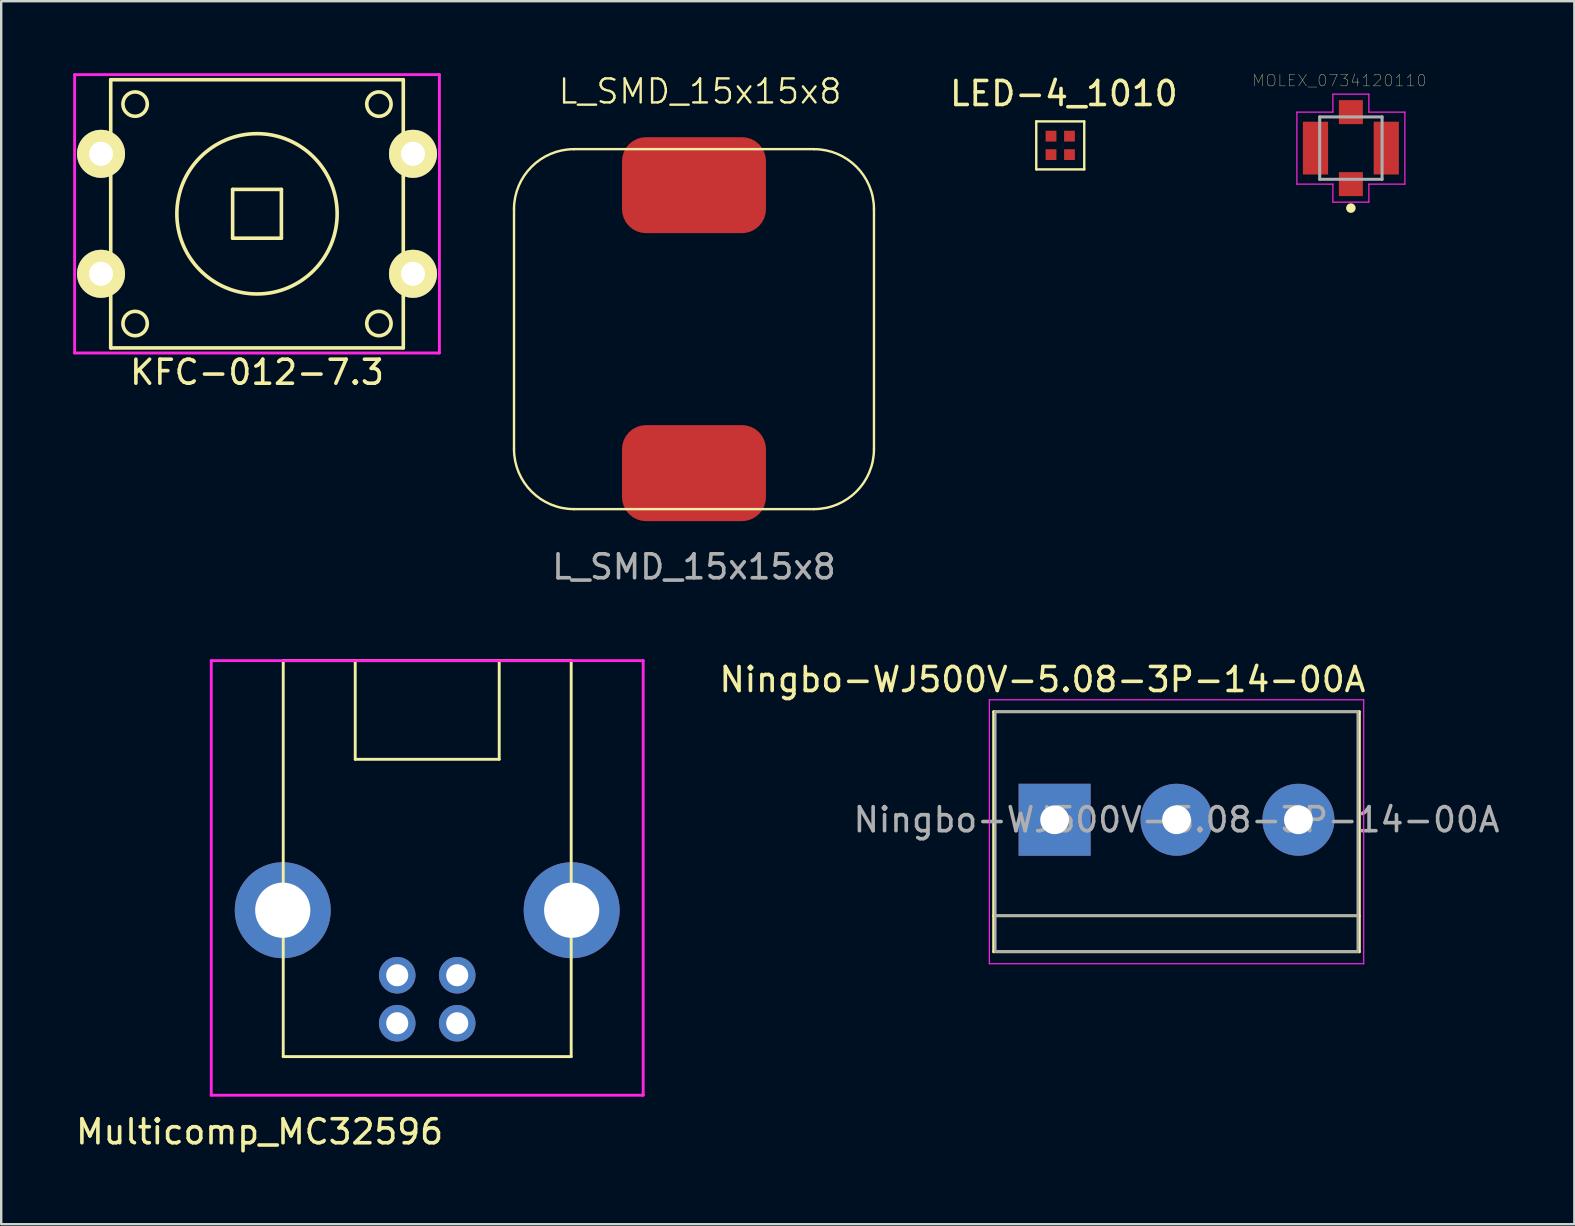
<source format=kicad_pcb>
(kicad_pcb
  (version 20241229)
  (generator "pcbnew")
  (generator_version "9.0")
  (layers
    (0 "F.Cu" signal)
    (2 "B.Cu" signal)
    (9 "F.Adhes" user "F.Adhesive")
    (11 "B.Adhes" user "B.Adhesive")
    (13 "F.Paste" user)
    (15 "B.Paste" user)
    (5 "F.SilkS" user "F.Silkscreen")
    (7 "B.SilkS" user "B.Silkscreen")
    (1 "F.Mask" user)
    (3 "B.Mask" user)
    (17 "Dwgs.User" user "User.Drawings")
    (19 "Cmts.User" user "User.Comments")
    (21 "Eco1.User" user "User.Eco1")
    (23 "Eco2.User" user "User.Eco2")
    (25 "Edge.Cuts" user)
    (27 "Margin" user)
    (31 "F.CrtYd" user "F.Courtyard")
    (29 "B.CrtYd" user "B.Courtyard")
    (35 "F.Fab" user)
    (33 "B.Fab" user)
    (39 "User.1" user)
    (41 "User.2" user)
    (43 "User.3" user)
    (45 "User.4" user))
  (footprint "MOLEX_0734120110"
    (layer "F.Cu")
    (at 53.244 3.122)
    (property "Reference" "MOLEX_0734120110" (at -0.478 -2.814 0) (layer "F.SilkS") (effects (font (size 0.482 0.482) (thickness 0.015))))
    (attr through_hole)
    (fp_poly (pts (xy -2.104 -1.2) (xy -0.85 -1.2) (xy -0.85 1.202) (xy -2.104 1.202)) (stroke (width 0.01) (type solid)) (fill yes) (layer "B.Mask"))
    (fp_poly (pts (xy -0.601 -2.1) (xy 0.6 -2.1) (xy 0.6 -0.901) (xy -0.601 -0.901)) (stroke (width 0.01) (type solid)) (fill yes) (layer "B.Mask"))
    (fp_poly (pts (xy 0.851 -1.2) (xy 2.1 -1.2) (xy 2.1 1.201) (xy 0.851 1.201)) (stroke (width 0.01) (type solid)) (fill yes) (layer "B.Mask"))
    (fp_circle (center 0 2.5) (end 0.1 2.5) (stroke (width 0.2) (type solid)) (fill no) (layer "F.SilkS"))
    (fp_line (start -2.25 -1.5) (end -2.25 1.5) (stroke (width 0.05) (type solid)) (layer "F.CrtYd"))
    (fp_line (start -2.25 1.5) (end -0.75 1.5) (stroke (width 0.05) (type solid)) (layer "F.CrtYd"))
    (fp_line (start -0.75 -2.25) (end -0.75 -1.5) (stroke (width 0.05) (type solid)) (layer "F.CrtYd"))
    (fp_line (start -0.75 -1.5) (end -2.25 -1.5) (stroke (width 0.05) (type solid)) (layer "F.CrtYd"))
    (fp_line (start -0.75 1.5) (end -0.75 2.25) (stroke (width 0.05) (type solid)) (layer "F.CrtYd"))
    (fp_line (start -0.75 2.25) (end 0.75 2.25) (stroke (width 0.05) (type solid)) (layer "F.CrtYd"))
    (fp_line (start 0.75 -2.25) (end -0.75 -2.25) (stroke (width 0.05) (type solid)) (layer "F.CrtYd"))
    (fp_line (start 0.75 -1.5) (end 0.75 -2.25) (stroke (width 0.05) (type solid)) (layer "F.CrtYd"))
    (fp_line (start 0.75 1.5) (end 2.25 1.5) (stroke (width 0.05) (type solid)) (layer "F.CrtYd"))
    (fp_line (start 0.75 2.25) (end 0.75 1.5) (stroke (width 0.05) (type solid)) (layer "F.CrtYd"))
    (fp_line (start 2.25 -1.5) (end 0.75 -1.5) (stroke (width 0.05) (type solid)) (layer "F.CrtYd"))
    (fp_line (start 2.25 1.5) (end 2.25 -1.5) (stroke (width 0.05) (type solid)) (layer "F.CrtYd"))
    (fp_line (start -1.3 -1.3) (end -1.3 1.3) (stroke (width 0.127) (type solid)) (layer "F.Fab"))
    (fp_line (start -1.3 1.3) (end 1.3 1.3) (stroke (width 0.127) (type solid)) (layer "F.Fab"))
    (fp_line (start 1.3 -1.3) (end -1.3 -1.3) (stroke (width 0.127) (type solid)) (layer "F.Fab"))
    (fp_line (start 1.3 1.3) (end 1.3 -1.3) (stroke (width 0.127) (type solid)) (layer "F.Fab"))
    (pad "1" smd rect (at 0 1.5) (size 1 1) (layers "F.Cu" "F.Mask" "F.Paste"))
    (pad "2" smd rect (at -1.475 0) (size 1.05 2.2) (layers "F.Cu" "F.Mask" "F.Paste"))
    (pad "3" smd rect (at 0 -1.5) (size 1 1) (layers "F.Cu" "F.Mask" "F.Paste"))
    (pad "4" smd rect (at 1.475 0) (size 1.05 2.2) (layers "F.Cu" "F.Mask" "F.Paste")))
  (footprint "Ningbo-WJ500V-5.08-3P-14-00A"
    (layer "F.Cu")
    (at 40.898 31.111)
    (property "Reference" "Ningbo-WJ500V-5.08-3P-14-00A" (at -0.508 -5.842 0) (layer "F.SilkS") (effects (font (size 1 1) (thickness 0.15))))
    (attr through_hole)
    (fp_line (start -2.54 -4.5) (end 12.7 -4.5) (stroke (width 0.12) (type solid)) (layer "F.SilkS"))
    (fp_line (start -2.54 4) (end 12.7 4) (stroke (width 0.12) (type solid)) (layer "F.SilkS"))
    (fp_line (start -2.54 5.5) (end -2.54 -4.5) (stroke (width 0.12) (type solid)) (layer "F.SilkS"))
    (fp_line (start -2.54 5.5) (end 12.7 5.5) (stroke (width 0.12) (type solid)) (layer "F.SilkS"))
    (fp_line (start 12.7 5.5) (end 12.7 -4.5) (stroke (width 0.12) (type solid)) (layer "F.SilkS"))
    (fp_line (start -2.72 -5) (end -2.72 6) (stroke (width 0.05) (type solid)) (layer "F.CrtYd"))
    (fp_line (start -2.72 -5) (end 12.88 -5) (stroke (width 0.05) (type solid)) (layer "F.CrtYd"))
    (fp_line (start 12.88 6) (end -2.72 6) (stroke (width 0.05) (type solid)) (layer "F.CrtYd"))
    (fp_line (start 12.88 6) (end 12.88 -5) (stroke (width 0.05) (type solid)) (layer "F.CrtYd"))
    (fp_line (start -2.47 -4.5) (end 12.63 -4.5) (stroke (width 0.1) (type solid)) (layer "F.Fab"))
    (fp_line (start -2.47 4) (end 12.63 4) (stroke (width 0.1) (type solid)) (layer "F.Fab"))
    (fp_line (start -2.47 5.5) (end -2.47 -4.5) (stroke (width 0.1) (type solid)) (layer "F.Fab"))
    (fp_line (start 12.63 -4.5) (end 12.63 5.5) (stroke (width 0.1) (type solid)) (layer "F.Fab"))
    (fp_line (start 12.63 5.5) (end -2.47 5.5) (stroke (width 0.1) (type solid)) (layer "F.Fab"))
    (fp_text user "${REFERENCE}" (at 5.08 0 0) (layer "F.Fab") (effects (font (size 1 1) (thickness 0.15))))
    (pad "1" thru_hole rect (at 0 0) (size 3 3) (drill 1.2) (layers "*.Cu" "*.Mask"))
    (pad "2" thru_hole circle (at 5.08 0) (size 3 3) (drill 1.2) (layers "*.Cu" "*.Mask"))
    (pad "3" thru_hole circle (at 10.16 0) (size 3 3) (drill 1.2) (layers "*.Cu" "*.Mask")))
  (footprint "LED-4_1010"
    (layer "F.Cu")
    (at 41.133 3.008)
    (property "Reference" "LED-4_1010" (at 0.15 -2.16 0) (layer "F.SilkS") (effects (font (size 1 1) (thickness 0.15))))
    (attr smd)
    (fp_line (start -1 -1) (end -1 1) (stroke (width 0.1) (type solid)) (layer "F.SilkS"))
    (fp_line (start -1 -1) (end 1 -1) (stroke (width 0.1) (type solid)) (layer "F.SilkS"))
    (fp_line (start -1 1) (end 1 1) (stroke (width 0.1) (type solid)) (layer "F.SilkS"))
    (fp_line (start 1 -1) (end 1 1) (stroke (width 0.1) (type solid)) (layer "F.SilkS"))
    (pad "1" smd rect (at 0.385 -0.385) (size 0.45 0.45) (layers "F.Cu" "F.Mask" "F.Paste"))
    (pad "2" smd rect (at 0.385 0.385) (size 0.45 0.45) (layers "F.Cu" "F.Mask" "F.Paste"))
    (pad "3" smd rect (at -0.385 0.385) (size 0.45 0.45) (layers "F.Cu" "F.Mask" "F.Paste"))
    (pad "4" smd rect (at -0.385 -0.385) (size 0.45 0.45) (layers "F.Cu" "F.Mask" "F.Paste")))
  (footprint "Multicomp_MC32596"
    (layer "F.Cu")
    (at 14.753 38.591)
    (property "Reference" "Multicomp_MC32596" (at -6.985 5.524 0) (layer "F.SilkS") (effects (font (size 1 1) (thickness 0.15))))
    (attr through_hole)
    (fp_line (start -6 -14.11) (end 6 -14.11) (stroke (width 0.12) (type solid)) (layer "F.SilkS"))
    (fp_line (start -6 -14.1) (end -6 2.39) (stroke (width 0.12) (type solid)) (layer "F.SilkS"))
    (fp_line (start -6 2.39) (end 6 2.39) (stroke (width 0.12) (type solid)) (layer "F.SilkS"))
    (fp_line (start -3 -14.11) (end -3 -10) (stroke (width 0.12) (type solid)) (layer "F.SilkS"))
    (fp_line (start -3 -10) (end 3 -10) (stroke (width 0.12) (type solid)) (layer "F.SilkS"))
    (fp_line (start 3 -14.11) (end 3 -10) (stroke (width 0.12) (type solid)) (layer "F.SilkS"))
    (fp_line (start 6 -14.11) (end 6 2.39) (stroke (width 0.12) (type solid)) (layer "F.SilkS"))
    (fp_line (start -9 -14.11) (end -9 4) (stroke (width 0.12) (type solid)) (layer "F.CrtYd"))
    (fp_line (start -9 -14.11) (end 9 -14.11) (stroke (width 0.12) (type solid)) (layer "F.CrtYd"))
    (fp_line (start -9 4) (end 9 4) (stroke (width 0.12) (type solid)) (layer "F.CrtYd"))
    (fp_line (start 9 -14.11) (end 9 4) (stroke (width 0.12) (type solid)) (layer "F.CrtYd"))
    (pad "1" thru_hole circle (at -1.25 1) (size 1.524 1.524) (drill 0.92) (layers "*.Cu" "*.Mask"))
    (pad "2" thru_hole circle (at 1.25 1) (size 1.524 1.524) (drill 0.92) (layers "*.Cu" "*.Mask"))
    (pad "3" thru_hole circle (at 1.25 -1) (size 1.524 1.524) (drill 0.92) (layers "*.Cu" "*.Mask"))
    (pad "4" thru_hole circle (at -1.25 -1) (size 1.524 1.524) (drill 0.92) (layers "*.Cu" "*.Mask"))
    (pad "5" thru_hole circle (at -6.02 -3.71) (size 4 4) (drill 2.3) (layers "*.Cu" "*.Mask"))
    (pad "5" thru_hole circle (at 6.02 -3.71) (size 4 4) (drill 2.3) (layers "*.Cu" "*.Mask")))
  (footprint "KFC-012-7.3"
    (layer "F.Cu")
    (at 7.66 5.86)
    (property "Reference" "KFC-012-7.3" (at 0 6.604 0) (layer "F.SilkS") (effects (font (size 1 1) (thickness 0.15))))
    (attr through_hole)
    (fp_line (start -6.096 5.588) (end -6.096 -5.588) (stroke (width 0.15) (type solid)) (layer "F.SilkS"))
    (fp_line (start -6.096 5.588) (end 6.096 5.588) (stroke (width 0.15) (type solid)) (layer "F.SilkS"))
    (fp_line (start -1.016 -1.016) (end 1.016 -1.016) (stroke (width 0.15) (type solid)) (layer "F.SilkS"))
    (fp_line (start -1.016 1.016) (end -1.016 -1.016) (stroke (width 0.15) (type solid)) (layer "F.SilkS"))
    (fp_line (start 1.016 -1.016) (end 1.016 1.016) (stroke (width 0.15) (type solid)) (layer "F.SilkS"))
    (fp_line (start 1.016 1.016) (end -1.016 1.016) (stroke (width 0.15) (type solid)) (layer "F.SilkS"))
    (fp_line (start 6.096 -5.588) (end -6.096 -5.588) (stroke (width 0.15) (type solid)) (layer "F.SilkS"))
    (fp_line (start 6.096 -5.588) (end 6.096 5.588) (stroke (width 0.15) (type solid)) (layer "F.SilkS"))
    (fp_circle (center -5.08 -4.572) (end -4.572 -4.572) (stroke (width 0.15) (type solid)) (fill no) (layer "F.SilkS"))
    (fp_circle (center -5.08 4.572) (end -4.572 4.572) (stroke (width 0.15) (type solid)) (fill no) (layer "F.SilkS"))
    (fp_circle (center 0 0) (end 3.34 0) (stroke (width 0.15) (type solid)) (fill no) (layer "F.SilkS"))
    (fp_circle (center 5.08 -4.572) (end 4.572 -4.572) (stroke (width 0.15) (type solid)) (fill no) (layer "F.SilkS"))
    (fp_circle (center 5.08 4.572) (end 5.588 4.572) (stroke (width 0.15) (type solid)) (fill no) (layer "F.SilkS"))
    (fp_line (start -7.6 -5.8) (end -7.6 5.8) (stroke (width 0.12) (type solid)) (layer "F.CrtYd"))
    (fp_line (start -7.6 -5.8) (end 7.6 -5.8) (stroke (width 0.12) (type solid)) (layer "F.CrtYd"))
    (fp_line (start -7.6 5.8) (end 7.6 5.8) (stroke (width 0.12) (type solid)) (layer "F.CrtYd"))
    (fp_line (start 7.6 -5.8) (end 7.6 5.8) (stroke (width 0.12) (type solid)) (layer "F.CrtYd"))
    (pad "1" thru_hole circle (at -6.5 -2.5) (size 2 2) (drill 1) (layers "*.Cu" "*.Mask" "F.SilkS"))
    (pad "2" thru_hole circle (at -6.5 2.5) (size 2 2) (drill 1) (layers "*.Cu" "*.Mask" "F.SilkS"))
    (pad "3" thru_hole circle (at 6.5 2.5) (size 2 2) (drill 1) (layers "*.Cu" "*.Mask" "F.SilkS"))
    (pad "4" thru_hole circle (at 6.5 -2.5) (size 2 2) (drill 1) (layers "*.Cu" "*.Mask" "F.SilkS")))
  (footprint "L_SMD_15x15x8"
    (layer "F.Cu")
    (at 25.87 10.666)
    (property "Reference" "L_SMD_15x15x8" (at 0.254 -9.906 0) (unlocked yes) (layer "F.SilkS") (effects (font (size 1 1) (thickness 0.1))))
    (attr smd)
    (fp_line (start -7.5 -5) (end -7.5 5) (stroke (width 0.1) (type default)) (layer "F.SilkS"))
    (fp_line (start -5 -7.5) (end 5 -7.5) (stroke (width 0.1) (type default)) (layer "F.SilkS"))
    (fp_line (start -5 7.5) (end 5 7.5) (stroke (width 0.1) (type default)) (layer "F.SilkS"))
    (fp_line (start 7.5 -5) (end 7.5 5) (stroke (width 0.1) (type default)) (layer "F.SilkS"))
    (fp_arc (start -7.5 -5) (mid -6.767767 -6.767766) (end -5 -7.5) (stroke (width 0.1) (type default)) (layer "F.SilkS"))
    (fp_arc (start -5 7.5) (mid -6.767766 6.767767) (end -7.5 5) (stroke (width 0.1) (type default)) (layer "F.SilkS"))
    (fp_arc (start 5 -7.5) (mid 6.767766 -6.767767) (end 7.5 -5) (stroke (width 0.1) (type default)) (layer "F.SilkS"))
    (fp_arc (start 7.5 5) (mid 6.767767 6.767766) (end 5 7.5) (stroke (width 0.1) (type default)) (layer "F.SilkS"))
    (fp_text user "${REFERENCE}" (at 0 9.906 0) (unlocked yes) (layer "F.Fab") (effects (font (size 1 1) (thickness 0.15))))
    (pad "1" smd roundrect (at 0 -6) (size 6 4) (layers "F.Cu" "F.Mask" "F.Paste") (roundrect_rratio 0.25))
    (pad "2" smd roundrect (at 0 6) (size 6 4) (layers "F.Cu" "F.Mask" "F.Paste") (roundrect_rratio 0.25)))
  (gr_rect
    (start -3 -3)
    (end 62.556 47.964)
    (stroke (width 0.1) (type default))
    (fill no)
    (layer "Edge.Cuts")))
</source>
